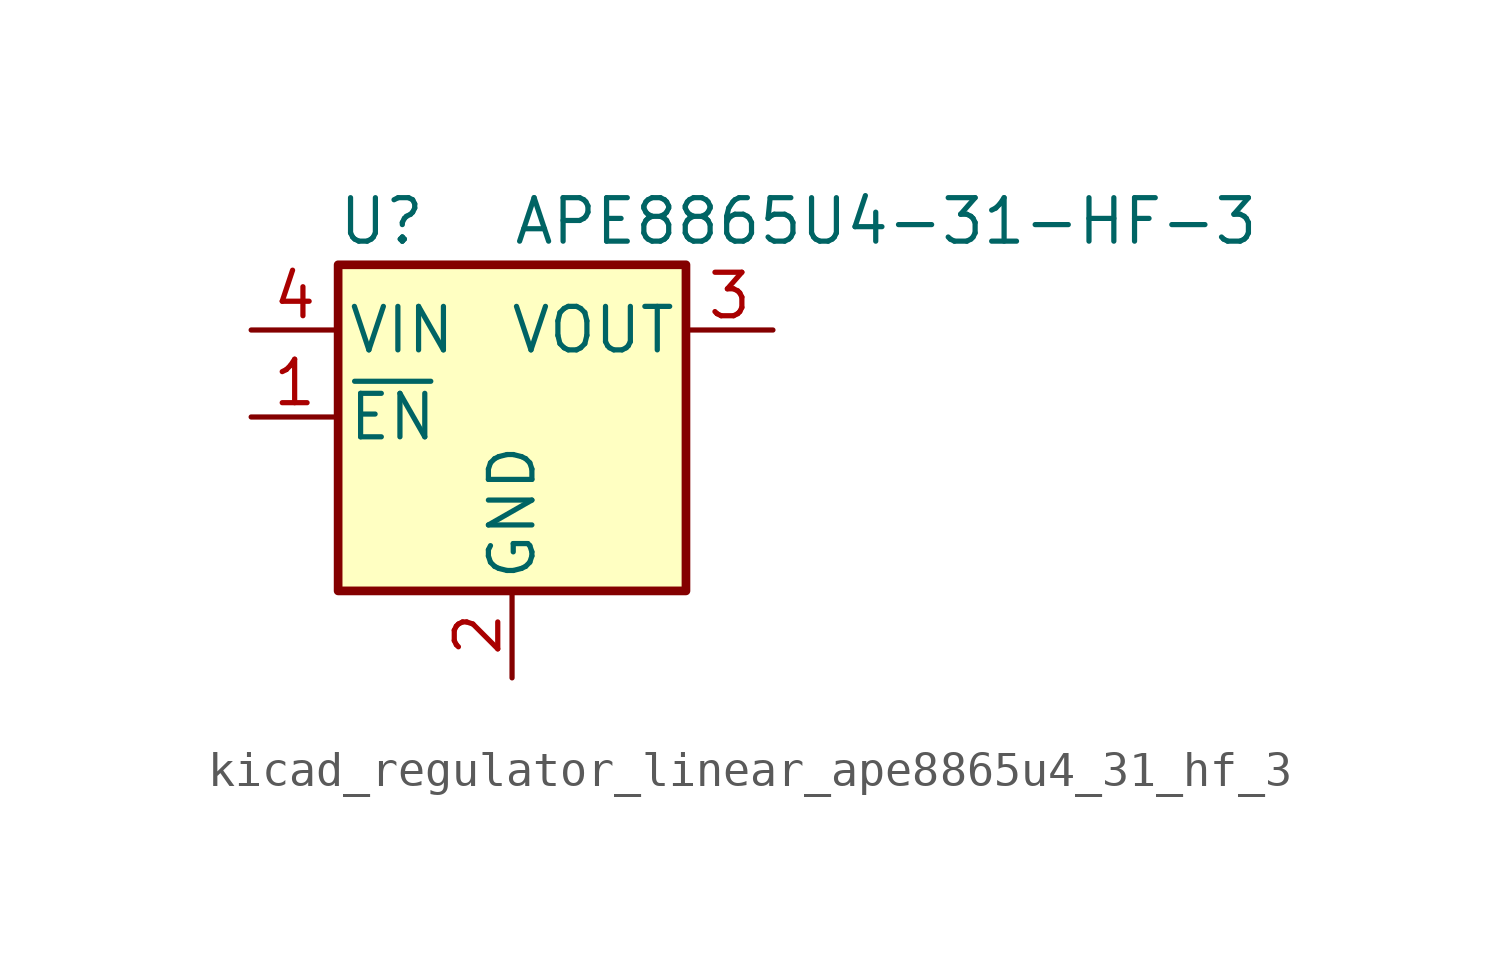
<source format=kicad_sym>
(kicad_symbol_lib
  (version 20220914)
  (generator kicad_symbol_editor)
  (symbol "kicad_regulator_linear_ape8865u4_31_hf_3"
    (pin_names
      (offset 0.254))
    (property "Reference" "U"
      (at -3.81 5.715 0)
      (effects (font (size 1.27 1.27))))
    (property "Value" "APE8865U4-31-HF-3"
      (at 0 5.715 0)
      (effects (font (size 1.27 1.27)) (justify left)))
    (symbol "kicad_regulator_linear_ape8865u4_31_hf_3_0_1"
      (rectangle (start -5.08 4.445) (end 5.08 -5.08) (stroke (width 0.254) (type default)) (fill (type background))))
    (symbol "kicad_regulator_linear_ape8865u4_31_hf_3_1_1"
      (pin input line (at -7.62 0 0) (length 2.54) (name "~{EN}" (effects (font (size 1.27 1.27)))) (number "1" (effects (font (size 1.27 1.27)))))
      (pin power_in line (at 0 -7.62 90) (length 2.54) (name "GND" (effects (font (size 1.27 1.27)))) (number "2" (effects (font (size 1.27 1.27)))))
      (pin power_out line (at 7.62 2.54 180) (length 2.54) (name "VOUT" (effects (font (size 1.27 1.27)))) (number "3" (effects (font (size 1.27 1.27)))))
      (pin power_in line (at -7.62 2.54 0) (length 2.54) (name "VIN" (effects (font (size 1.27 1.27)))) (number "4" (effects (font (size 1.27 1.27))))))))
</source>
